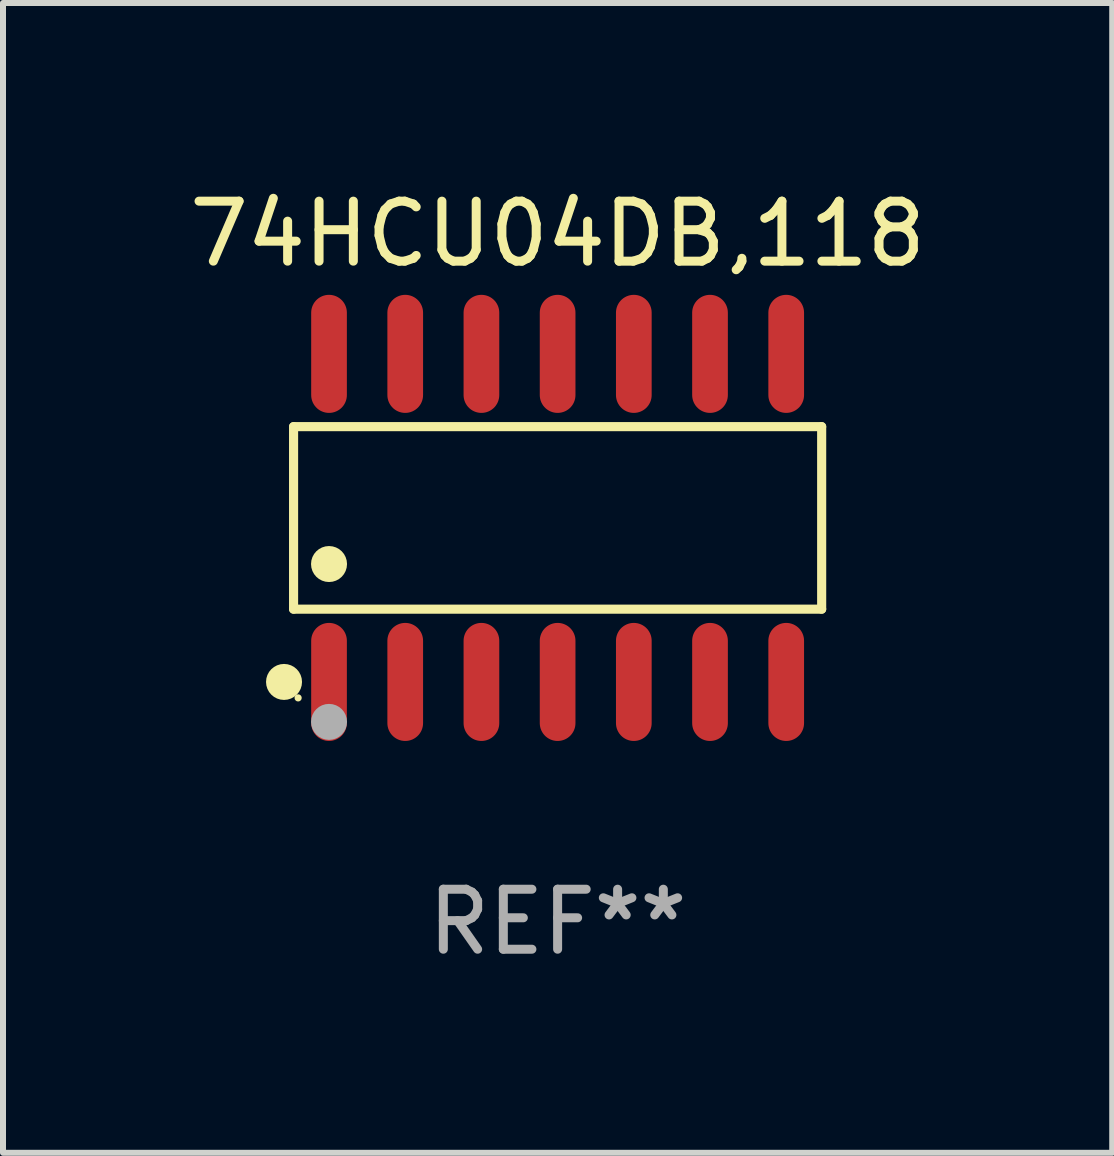
<source format=kicad_pcb>
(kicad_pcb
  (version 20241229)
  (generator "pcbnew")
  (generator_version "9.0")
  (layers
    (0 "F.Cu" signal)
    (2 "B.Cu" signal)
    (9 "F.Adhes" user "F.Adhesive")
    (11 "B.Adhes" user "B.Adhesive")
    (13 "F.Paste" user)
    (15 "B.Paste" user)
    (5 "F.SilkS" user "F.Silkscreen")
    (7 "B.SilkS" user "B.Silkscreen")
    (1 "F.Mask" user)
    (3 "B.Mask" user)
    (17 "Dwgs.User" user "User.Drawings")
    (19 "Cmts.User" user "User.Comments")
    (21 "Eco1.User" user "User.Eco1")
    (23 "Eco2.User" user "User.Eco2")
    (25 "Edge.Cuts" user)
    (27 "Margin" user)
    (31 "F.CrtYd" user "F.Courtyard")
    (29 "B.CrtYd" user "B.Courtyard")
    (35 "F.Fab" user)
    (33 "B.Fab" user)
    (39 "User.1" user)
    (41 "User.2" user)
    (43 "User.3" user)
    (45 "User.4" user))
  (footprint "74HCU04DB,118"
    (layer "F.Cu")
    (at 6.244 5.582)
    (property "Reference" "74HCU04DB,118" (at 0 -4.734 0) (layer "F.SilkS") (effects (font (size 1 1) (thickness 0.15))))
    (attr through_hole)
    (fp_line (start -4.401 -1.521) (end 4.401 -1.521) (stroke (width 0.152) (type solid)) (layer "F.SilkS"))
    (fp_line (start -4.401 1.521) (end -4.401 -1.521) (stroke (width 0.152) (type solid)) (layer "F.SilkS"))
    (fp_line (start 4.401 -1.521) (end 4.401 1.521) (stroke (width 0.152) (type solid)) (layer "F.SilkS"))
    (fp_line (start 4.401 1.521) (end -4.401 1.521) (stroke (width 0.152) (type solid)) (layer "F.SilkS"))
    (fp_circle (center -4.56 2.734) (end -4.41 2.734) (stroke (width 0.3) (type solid)) (fill no) (layer "F.SilkS"))
    (fp_circle (center -4.325 3) (end -4.295 3) (stroke (width 0.06) (type solid)) (fill no) (layer "F.SilkS"))
    (fp_circle (center -3.81 0.769) (end -3.66 0.769) (stroke (width 0.3) (type solid)) (fill no) (layer "F.SilkS"))
    (fp_circle (center -3.81 3.4) (end -3.66 3.4) (stroke (width 0.3) (type solid)) (fill no) (layer "F.Fab"))
    (fp_text user "REF**" (at 0 6.734 0) (layer "F.Fab") (effects (font (size 1 1) (thickness 0.15))))
    (pad "1" smd oval (at -3.81 2.734) (size 0.595 1.968) (layers "F.Cu" "F.Mask" "F.Paste"))
    (pad "2" smd oval (at -2.54 2.734) (size 0.595 1.968) (layers "F.Cu" "F.Mask" "F.Paste"))
    (pad "3" smd oval (at -1.27 2.734) (size 0.595 1.968) (layers "F.Cu" "F.Mask" "F.Paste"))
    (pad "4" smd oval (at 0 2.734) (size 0.595 1.968) (layers "F.Cu" "F.Mask" "F.Paste"))
    (pad "5" smd oval (at 1.27 2.734) (size 0.595 1.968) (layers "F.Cu" "F.Mask" "F.Paste"))
    (pad "6" smd oval (at 2.54 2.734) (size 0.595 1.968) (layers "F.Cu" "F.Mask" "F.Paste"))
    (pad "7" smd oval (at 3.81 2.734) (size 0.595 1.968) (layers "F.Cu" "F.Mask" "F.Paste"))
    (pad "8" smd oval (at 3.81 -2.734) (size 0.595 1.968) (layers "F.Cu" "F.Mask" "F.Paste"))
    (pad "9" smd oval (at 2.54 -2.734) (size 0.595 1.968) (layers "F.Cu" "F.Mask" "F.Paste"))
    (pad "10" smd oval (at 1.27 -2.734) (size 0.595 1.968) (layers "F.Cu" "F.Mask" "F.Paste"))
    (pad "11" smd oval (at 0 -2.734) (size 0.595 1.968) (layers "F.Cu" "F.Mask" "F.Paste"))
    (pad "12" smd oval (at -1.27 -2.734) (size 0.595 1.968) (layers "F.Cu" "F.Mask" "F.Paste"))
    (pad "13" smd oval (at -2.54 -2.734) (size 0.595 1.968) (layers "F.Cu" "F.Mask" "F.Paste"))
    (pad "14" smd oval (at -3.81 -2.734) (size 0.595 1.968) (layers "F.Cu" "F.Mask" "F.Paste")))
  (gr_rect
    (start -3 -3)
    (end 15.488 16.164)
    (stroke (width 0.1) (type default))
    (fill no)
    (layer "Edge.Cuts")))
</source>
